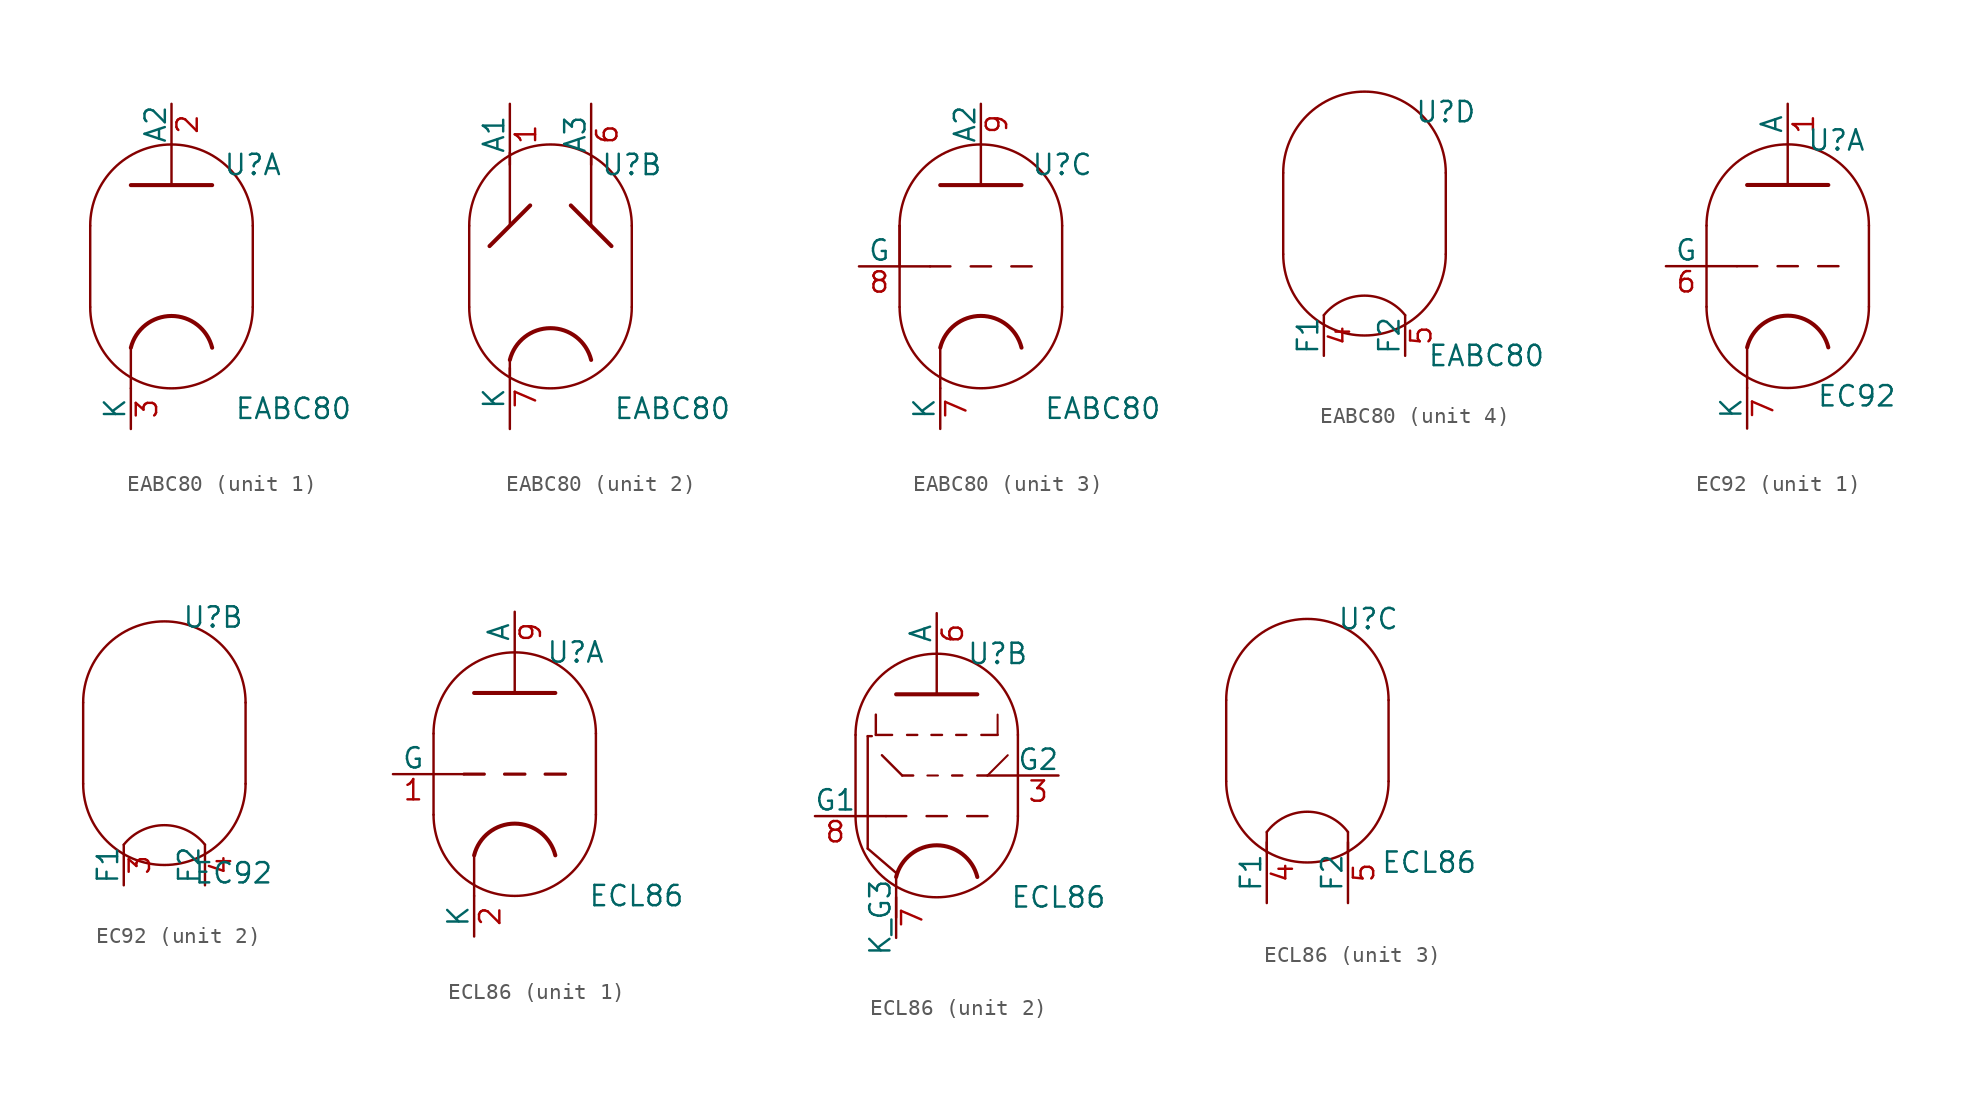
<source format=kicad_sym>
(kicad_symbol_lib
  (version 20241209)
  (generator "kicad_symbol_editor")
  (generator_version "9.0")
  (symbol "EABC80"
    (pin_names
      (offset 0))
    (property "Reference" "U"
      (at 5.08 6.35 0)
      (effects (font (size 1.27 1.27))))
    (property "Value" "EABC80"
      (at 7.62 -8.89 0)
      (effects (font (size 1.27 1.27))))
    (property "ki_locked" ""
      (at 0 0 0)
      (effects (font (size 1.27 1.27))))
    (symbol "EABC80_0_1"
      (polyline (pts (xy -5.08 2.54) (xy -5.08 -2.54) (xy -5.08 -2.54)) (stroke (width 0) (type default)) (fill (type none)))
      (arc (start -5.08 2.54) (mid 0 7.5979) (end 5.08 2.54) (stroke (width 0) (type default)) (fill (type none)))
      (arc (start 5.08 -2.54) (mid 0 -7.5979) (end -5.08 -2.54) (stroke (width 0) (type default)) (fill (type none)))
      (polyline (pts (xy 5.08 2.54) (xy 5.08 -2.54)) (stroke (width 0) (type default)) (fill (type none))))
    (symbol "EABC80_1_0"
      (polyline (pts (xy -2.54 -5.08) (xy -2.54 -7.62)) (stroke (width 0) (type default)) (fill (type none)))
      (polyline (pts (xy 0 5.08) (xy 0 7.62)) (stroke (width 0) (type default)) (fill (type none))))
    (symbol "EABC80_1_1"
      (polyline (pts (xy -2.54 5.08) (xy 2.54 5.08) (xy 2.54 5.08) (xy 2.54 5.08)) (stroke (width 0.254) (type default)) (fill (type none)))
      (arc (start -2.54 -5.08) (mid 0 -3.0968) (end 2.54 -5.08) (stroke (width 0.254) (type default)) (fill (type none)))
      (pin input line (at -2.54 -10.16 90) (length 2.54) (name "K" (effects (font (size 1.27 1.27)))) (number "3" (effects (font (size 1.27 1.27)))))
      (pin output line (at 0 10.16 270) (length 2.54) (name "A2" (effects (font (size 1.27 1.27)))) (number "2" (effects (font (size 1.27 1.27))))))
    (symbol "EABC80_2_1"
      (polyline (pts (xy -3.81 1.27) (xy -1.27 3.81) (xy -1.27 3.81) (xy -1.27 3.81)) (stroke (width 0.254) (type default)) (fill (type none)))
      (polyline (pts (xy -2.54 7.112) (xy -2.54 2.54) (xy -2.54 2.54)) (stroke (width 0) (type default)) (fill (type none)))
      (polyline (pts (xy -2.54 -6.858) (xy -2.54 -5.842) (xy -2.54 -5.842)) (stroke (width 0) (type default)) (fill (type none)))
      (arc (start -2.54 -5.842) (mid 0 -3.8588) (end 2.54 -5.842) (stroke (width 0.254) (type default)) (fill (type none)))
      (polyline (pts (xy 1.27 3.81) (xy 3.81 1.27) (xy 3.81 1.27)) (stroke (width 0.254) (type default)) (fill (type none)))
      (polyline (pts (xy 2.54 6.858) (xy 2.54 2.54) (xy 2.54 2.54)) (stroke (width 0) (type default)) (fill (type none)))
      (pin input line (at -2.54 10.16 270) (length 3.81) (name "A1" (effects (font (size 1.27 1.27)))) (number "1" (effects (font (size 1.27 1.27)))))
      (pin input line (at -2.54 -10.16 90) (length 3.81) (name "K" (effects (font (size 1.27 1.27)))) (number "7" (effects (font (size 1.27 1.27)))))
      (pin output line (at 2.54 10.16 270) (length 3.81) (name "A3" (effects (font (size 1.27 1.27)))) (number "6" (effects (font (size 1.27 1.27))))))
    (symbol "EABC80_3_0"
      (polyline (pts (xy -5.08 2.54) (xy -5.08 0)) (stroke (width 0) (type default)) (fill (type none)))
      (polyline (pts (xy -5.08 0) (xy -3.175 0)) (stroke (width 0) (type default)) (fill (type none)))
      (polyline (pts (xy -2.54 -5.08) (xy -2.54 -7.62)) (stroke (width 0) (type default)) (fill (type none)))
      (polyline (pts (xy 0 5.08) (xy 0 7.62)) (stroke (width 0) (type default)) (fill (type none))))
    (symbol "EABC80_3_1"
      (polyline (pts (xy -2.54 5.08) (xy 2.54 5.08) (xy 2.54 5.08)) (stroke (width 0.254) (type default)) (fill (type none)))
      (polyline (pts (xy -1.905 0) (xy -3.175 0)) (stroke (width 0.152) (type default)) (fill (type none)))
      (polyline (pts (xy -0.635 0) (xy 0.635 0)) (stroke (width 0.152) (type default)) (fill (type none)))
      (arc (start -2.54 -5.08) (mid 0 -3.0968) (end 2.54 -5.08) (stroke (width 0.254) (type default)) (fill (type none)))
      (polyline (pts (xy 1.905 0) (xy 3.175 0)) (stroke (width 0.152) (type default)) (fill (type none)))
      (pin input line (at -7.62 0 0) (length 2.54) (name "G" (effects (font (size 1.27 1.27)))) (number "8" (effects (font (size 1.27 1.27)))))
      (pin input line (at -2.54 -10.16 90) (length 2.54) (name "K" (effects (font (size 1.27 1.27)))) (number "7" (effects (font (size 1.27 1.27)))))
      (pin output line (at 0 10.16 270) (length 2.54) (name "A2" (effects (font (size 1.27 1.27)))) (number "9" (effects (font (size 1.27 1.27))))))
    (symbol "EABC80_4_1"
      (arc (start -2.54 -6.35) (mid 0 -5.1292) (end 2.54 -6.35) (stroke (width 0) (type default)) (fill (type none)))
      (pin input line (at -2.54 -8.89 90) (length 2.54) (name "F1" (effects (font (size 1.27 1.27)))) (number "4" (effects (font (size 1.27 1.27)))))
      (pin input line (at 2.54 -8.89 90) (length 2.54) (name "F2" (effects (font (size 1.27 1.27)))) (number "5" (effects (font (size 1.27 1.27)))))))
  (symbol "EC92"
    (pin_names
      (offset 0))
    (property "Reference" "U"
      (at 3.048 7.874 0)
      (effects (font (size 1.27 1.27))))
    (property "Value" "EC92"
      (at 4.318 -8.128 0)
      (effects (font (size 1.27 1.27))))
    (property "ki_locked" ""
      (at 0 0 0)
      (effects (font (size 1.27 1.27))))
    (symbol "EC92_0_1"
      (polyline (pts (xy -5.08 2.54) (xy -5.08 -2.54) (xy -5.08 -2.54)) (stroke (width 0) (type default)) (fill (type none)))
      (arc (start -5.08 2.54) (mid 0 7.5979) (end 5.08 2.54) (stroke (width 0) (type default)) (fill (type none)))
      (arc (start 5.08 -2.54) (mid 0 -7.5979) (end -5.08 -2.54) (stroke (width 0) (type default)) (fill (type none)))
      (polyline (pts (xy 5.08 2.54) (xy 5.08 -2.54)) (stroke (width 0) (type default)) (fill (type none))))
    (symbol "EC92_1_0"
      (polyline (pts (xy -2.54 -5.08) (xy -2.54 -7.62)) (stroke (width 0) (type default)) (fill (type none)))
      (polyline (pts (xy -1.905 0) (xy -3.175 0)) (stroke (width 0.152) (type default)) (fill (type none)))
      (polyline (pts (xy -0.635 0) (xy 0.635 0)) (stroke (width 0.152) (type default)) (fill (type none)))
      (polyline (pts (xy 0 5.08) (xy 0 7.62)) (stroke (width 0) (type default)) (fill (type none)))
      (polyline (pts (xy 1.905 0) (xy 3.175 0)) (stroke (width 0.152) (type default)) (fill (type none))))
    (symbol "EC92_1_1"
      (polyline (pts (xy -5.08 0) (xy -3.175 0)) (stroke (width 0) (type default)) (fill (type none)))
      (polyline (pts (xy -2.54 5.08) (xy 2.54 5.08) (xy 2.54 5.08)) (stroke (width 0.254) (type default)) (fill (type none)))
      (arc (start -2.54 -5.08) (mid 0 -3.0968) (end 2.54 -5.08) (stroke (width 0.254) (type default)) (fill (type none)))
      (pin input line (at -7.62 0 0) (length 2.54) (name "G" (effects (font (size 1.27 1.27)))) (number "6" (effects (font (size 1.27 1.27)))))
      (pin bidirectional line (at -2.54 -10.16 90) (length 2.54) (name "K" (effects (font (size 1.27 1.27)))) (number "7" (effects (font (size 1.27 1.27)))))
      (pin output line (at 0 10.16 270) (length 2.54) (name "A" (effects (font (size 1.27 1.27)))) (number "1" (effects (font (size 1.27 1.27))))))
    (symbol "EC92_2_1"
      (arc (start -2.54 -6.35) (mid 0 -5.1292) (end 2.54 -6.35) (stroke (width 0) (type default)) (fill (type none)))
      (pin power_in line (at -2.54 -8.89 90) (length 2.54) (name "F1" (effects (font (size 1.27 1.27)))) (number "3" (effects (font (size 1.27 1.27)))))
      (pin power_in line (at 2.54 -8.89 90) (length 2.54) (name "F2" (effects (font (size 1.27 1.27)))) (number "4" (effects (font (size 1.27 1.27)))))))
  (symbol "ECL86"
    (pin_names
      (offset 0))
    (property "Reference" "U"
      (at 3.81 7.62 0)
      (effects (font (size 1.27 1.27))))
    (property "Value" "ECL86"
      (at 7.62 -7.62 0)
      (effects (font (size 1.27 1.27))))
    (property "ki_locked" ""
      (at 0 0 0)
      (effects (font (size 1.27 1.27))))
    (symbol "ECL86_0_1"
      (polyline (pts (xy -5.08 2.54) (xy -5.08 -2.54) (xy -5.08 -2.54) (xy -5.08 -2.54) (xy -5.08 -2.54)) (stroke (width 0) (type default)) (fill (type none)))
      (arc (start -5.08 2.54) (mid 0 7.5979) (end 5.08 2.54) (stroke (width 0) (type default)) (fill (type none)))
      (arc (start 5.08 -2.54) (mid 0 -7.5979) (end -5.08 -2.54) (stroke (width 0) (type default)) (fill (type none)))
      (polyline (pts (xy 5.08 2.54) (xy 5.08 -2.54)) (stroke (width 0) (type default)) (fill (type none))))
    (symbol "ECL86_1_1"
      (polyline (pts (xy -5.08 0) (xy -3.175 0)) (stroke (width 0) (type default)) (fill (type none)))
      (polyline (pts (xy -2.54 5.08) (xy 2.54 5.08) (xy 2.54 5.08)) (stroke (width 0.254) (type default)) (fill (type none)))
      (polyline (pts (xy -2.54 -5.08) (xy -2.54 -7.62)) (stroke (width 0) (type default)) (fill (type none)))
      (polyline (pts (xy -1.905 0) (xy -3.175 0)) (stroke (width 0.203) (type default)) (fill (type none)))
      (polyline (pts (xy -0.635 0) (xy 0.635 0)) (stroke (width 0.203) (type default)) (fill (type none)))
      (polyline (pts (xy 0 5.08) (xy 0 7.62)) (stroke (width 0) (type default)) (fill (type none)))
      (arc (start -2.54 -5.08) (mid 0 -3.0968) (end 2.54 -5.08) (stroke (width 0.254) (type default)) (fill (type none)))
      (polyline (pts (xy 1.905 0) (xy 3.175 0)) (stroke (width 0.203) (type default)) (fill (type none)))
      (pin input line (at -7.62 0 0) (length 2.54) (name "G" (effects (font (size 1.27 1.27)))) (number "1" (effects (font (size 1.27 1.27)))))
      (pin bidirectional line (at -2.54 -10.16 90) (length 2.54) (name "K" (effects (font (size 1.27 1.27)))) (number "2" (effects (font (size 1.27 1.27)))))
      (pin output line (at 0 10.16 270) (length 2.54) (name "A" (effects (font (size 1.27 1.27)))) (number "9" (effects (font (size 1.27 1.27))))))
    (symbol "ECL86_2_0"
      (polyline (pts (xy -2.54 -6.35) (xy -2.54 -8.89)) (stroke (width 0) (type default)) (fill (type none)))
      (polyline (pts (xy -0.635 -2.54) (xy 0.635 -2.54)) (stroke (width 0.152) (type default)) (fill (type none)))
      (polyline (pts (xy 3.175 0) (xy 5.08 0)) (stroke (width 0) (type default)) (fill (type none))))
    (symbol "ECL86_2_1"
      (polyline (pts (xy -5.08 -2.54) (xy -3.175 -2.54)) (stroke (width 0) (type default)) (fill (type none)))
      (polyline (pts (xy -4.318 -4.572) (xy -4.318 2.464)) (stroke (width 0.152) (type default)) (fill (type none)))
      (polyline (pts (xy -4.318 -4.572) (xy -2.54 -6.096)) (stroke (width 0.152) (type default)) (fill (type none)))
      (polyline (pts (xy -4.064 2.464) (xy -4.318 2.464)) (stroke (width 0.152) (type default)) (fill (type none)))
      (polyline (pts (xy -3.81 3.81) (xy -3.81 2.54)) (stroke (width 0.152) (type default)) (fill (type none)))
      (polyline (pts (xy -3.81 2.54) (xy -2.794 2.54)) (stroke (width 0.152) (type default)) (fill (type none)))
      (polyline (pts (xy -3.429 1.27) (xy -2.159 0)) (stroke (width 0.152) (type default)) (fill (type none)))
      (polyline (pts (xy -2.54 5.08) (xy 2.54 5.08) (xy 2.54 5.08)) (stroke (width 0.254) (type default)) (fill (type none)))
      (polyline (pts (xy -2.159 0) (xy -1.473 0)) (stroke (width 0.152) (type default)) (fill (type none)))
      (polyline (pts (xy -1.905 -2.54) (xy -3.175 -2.54)) (stroke (width 0.152) (type default)) (fill (type none)))
      (polyline (pts (xy -1.854 2.54) (xy -1.219 2.54)) (stroke (width 0.152) (type default)) (fill (type none)))
      (polyline (pts (xy -0.584 0) (xy 0.076 0)) (stroke (width 0.127) (type default)) (fill (type none)))
      (polyline (pts (xy -0.33 2.54) (xy 0.33 2.54)) (stroke (width 0.152) (type default)) (fill (type none)))
      (polyline (pts (xy 0 5.08) (xy 0 7.62)) (stroke (width 0) (type default)) (fill (type none)))
      (arc (start -2.54 -6.35) (mid 0 -4.3668) (end 2.54 -6.35) (stroke (width 0.254) (type default)) (fill (type none)))
      (polyline (pts (xy 0.965 0) (xy 1.6 0)) (stroke (width 0.152) (type default)) (fill (type none)))
      (polyline (pts (xy 1.219 2.54) (xy 1.854 2.54)) (stroke (width 0.152) (type default)) (fill (type none)))
      (polyline (pts (xy 1.905 -2.54) (xy 3.175 -2.54)) (stroke (width 0.152) (type default)) (fill (type none)))
      (polyline (pts (xy 2.54 0) (xy 3.175 0)) (stroke (width 0.152) (type default)) (fill (type none)))
      (polyline (pts (xy 3.81 3.81) (xy 3.81 2.54)) (stroke (width 0.127) (type default)) (fill (type none)))
      (polyline (pts (xy 3.81 2.54) (xy 2.794 2.54)) (stroke (width 0.152) (type default)) (fill (type none)))
      (polyline (pts (xy 4.445 1.27) (xy 3.175 0)) (stroke (width 0.127) (type default)) (fill (type none)))
      (pin input line (at -7.62 -2.54 0) (length 2.54) (name "G1" (effects (font (size 1.27 1.27)))) (number "8" (effects (font (size 1.27 1.27)))))
      (pin bidirectional line (at -2.54 -10.16 90) (length 2.54) (name "K_G3" (effects (font (size 1.27 1.27)))) (number "7" (effects (font (size 1.27 1.27)))))
      (pin output line (at 0 10.16 270) (length 2.54) (name "A" (effects (font (size 1.27 1.27)))) (number "6" (effects (font (size 1.27 1.27)))))
      (pin input line (at 7.62 0 180) (length 2.54) (name "G2" (effects (font (size 1.27 1.27)))) (number "3" (effects (font (size 1.27 1.27))))))
    (symbol "ECL86_3_1"
      (polyline (pts (xy -2.54 -6.985) (xy -2.54 -5.715) (xy -2.54 -5.715)) (stroke (width 0) (type default)) (fill (type none)))
      (arc (start -2.54 -5.715) (mid 0 -4.445) (end 2.54 -5.715) (stroke (width 0) (type default)) (fill (type none)))
      (polyline (pts (xy 2.54 -6.985) (xy 2.54 -5.715) (xy 2.54 -5.715)) (stroke (width 0) (type default)) (fill (type none)))
      (pin power_in line (at -2.54 -10.16 90) (length 3.81) (name "F1" (effects (font (size 1.27 1.27)))) (number "4" (effects (font (size 1.27 1.27)))))
      (pin power_in line (at 2.54 -10.16 90) (length 3.81) (name "F2" (effects (font (size 1.27 1.27)))) (number "5" (effects (font (size 1.27 1.27))))))))
</source>
